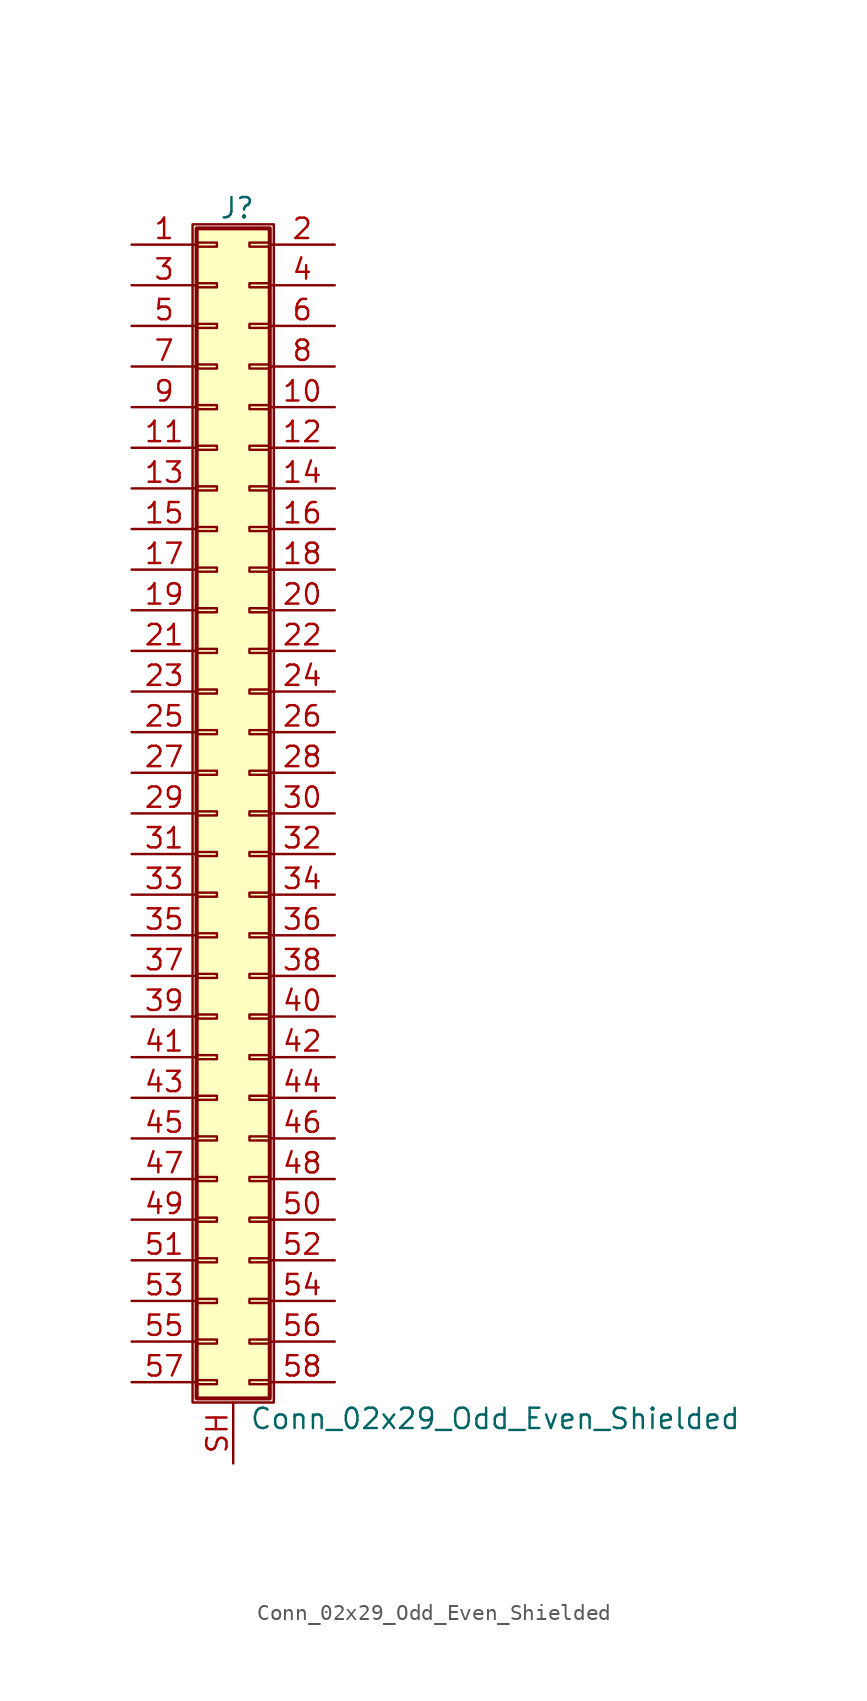
<source format=kicad_sym>
(kicad_symbol_lib
  (version 20211014)
  (generator kicad_symbol_editor)
  (symbol "Conn_02x29_Odd_Even_Shielded"
    (pin_names
      (offset 1.016) hide)
    (property "Reference" "J"
      (at 1.524 37.846 0)
      (effects (font (size 1.27 1.27))))
    (property "Value" "Conn_02x29_Odd_Even_Shielded"
      (at 2.286 -37.846 0)
      (effects (font (size 1.27 1.27)) (justify left)))
    (symbol "Conn_02x29_Odd_Even_Shielded_1_1"
      (rectangle (start -1.27 36.83) (end 3.81 -36.83) (stroke (width 0.152) (type default) (color 0 0 0 0)) (fill (type none)))
      (rectangle (start -1.016 -35.433) (end 0.254 -35.687) (stroke (width 0.152) (type default) (color 0 0 0 0)) (fill (type none)))
      (rectangle (start -1.016 -32.893) (end 0.254 -33.147) (stroke (width 0.152) (type default) (color 0 0 0 0)) (fill (type none)))
      (rectangle (start -1.016 -30.353) (end 0.254 -30.607) (stroke (width 0.152) (type default) (color 0 0 0 0)) (fill (type none)))
      (rectangle (start -1.016 -27.813) (end 0.254 -28.067) (stroke (width 0.152) (type default) (color 0 0 0 0)) (fill (type none)))
      (rectangle (start -1.016 -25.273) (end 0.254 -25.527) (stroke (width 0.152) (type default) (color 0 0 0 0)) (fill (type none)))
      (rectangle (start -1.016 -22.733) (end 0.254 -22.987) (stroke (width 0.152) (type default) (color 0 0 0 0)) (fill (type none)))
      (rectangle (start -1.016 -20.193) (end 0.254 -20.447) (stroke (width 0.152) (type default) (color 0 0 0 0)) (fill (type none)))
      (rectangle (start -1.016 -17.653) (end 0.254 -17.907) (stroke (width 0.152) (type default) (color 0 0 0 0)) (fill (type none)))
      (rectangle (start -1.016 -15.113) (end 0.254 -15.367) (stroke (width 0.152) (type default) (color 0 0 0 0)) (fill (type none)))
      (rectangle (start -1.016 -12.573) (end 0.254 -12.827) (stroke (width 0.152) (type default) (color 0 0 0 0)) (fill (type none)))
      (rectangle (start -1.016 -10.033) (end 0.254 -10.287) (stroke (width 0.152) (type default) (color 0 0 0 0)) (fill (type none)))
      (rectangle (start -1.016 -7.493) (end 0.254 -7.747) (stroke (width 0.152) (type default) (color 0 0 0 0)) (fill (type none)))
      (rectangle (start -1.016 -4.953) (end 0.254 -5.207) (stroke (width 0.152) (type default) (color 0 0 0 0)) (fill (type none)))
      (rectangle (start -1.016 -2.413) (end 0.254 -2.667) (stroke (width 0.152) (type default) (color 0 0 0 0)) (fill (type none)))
      (rectangle (start -1.016 0.127) (end 0.254 -0.127) (stroke (width 0.152) (type default) (color 0 0 0 0)) (fill (type none)))
      (rectangle (start -1.016 2.667) (end 0.254 2.413) (stroke (width 0.152) (type default) (color 0 0 0 0)) (fill (type none)))
      (rectangle (start -1.016 5.207) (end 0.254 4.953) (stroke (width 0.152) (type default) (color 0 0 0 0)) (fill (type none)))
      (rectangle (start -1.016 7.747) (end 0.254 7.493) (stroke (width 0.152) (type default) (color 0 0 0 0)) (fill (type none)))
      (rectangle (start -1.016 10.287) (end 0.254 10.033) (stroke (width 0.152) (type default) (color 0 0 0 0)) (fill (type none)))
      (rectangle (start -1.016 12.827) (end 0.254 12.573) (stroke (width 0.152) (type default) (color 0 0 0 0)) (fill (type none)))
      (rectangle (start -1.016 15.367) (end 0.254 15.113) (stroke (width 0.152) (type default) (color 0 0 0 0)) (fill (type none)))
      (rectangle (start -1.016 17.907) (end 0.254 17.653) (stroke (width 0.152) (type default) (color 0 0 0 0)) (fill (type none)))
      (rectangle (start -1.016 20.447) (end 0.254 20.193) (stroke (width 0.152) (type default) (color 0 0 0 0)) (fill (type none)))
      (rectangle (start -1.016 22.987) (end 0.254 22.733) (stroke (width 0.152) (type default) (color 0 0 0 0)) (fill (type none)))
      (rectangle (start -1.016 25.527) (end 0.254 25.273) (stroke (width 0.152) (type default) (color 0 0 0 0)) (fill (type none)))
      (rectangle (start -1.016 28.067) (end 0.254 27.813) (stroke (width 0.152) (type default) (color 0 0 0 0)) (fill (type none)))
      (rectangle (start -1.016 30.607) (end 0.254 30.353) (stroke (width 0.152) (type default) (color 0 0 0 0)) (fill (type none)))
      (rectangle (start -1.016 33.147) (end 0.254 32.893) (stroke (width 0.152) (type default) (color 0 0 0 0)) (fill (type none)))
      (rectangle (start -1.016 35.687) (end 0.254 35.433) (stroke (width 0.152) (type default) (color 0 0 0 0)) (fill (type none)))
      (rectangle (start -1.016 36.576) (end 3.556 -36.576) (stroke (width 0.254) (type default) (color 0 0 0 0)) (fill (type background)))
      (rectangle (start 3.556 -35.433) (end 2.286 -35.687) (stroke (width 0.152) (type default) (color 0 0 0 0)) (fill (type none)))
      (rectangle (start 3.556 -32.893) (end 2.286 -33.147) (stroke (width 0.152) (type default) (color 0 0 0 0)) (fill (type none)))
      (rectangle (start 3.556 -30.353) (end 2.286 -30.607) (stroke (width 0.152) (type default) (color 0 0 0 0)) (fill (type none)))
      (rectangle (start 3.556 -27.813) (end 2.286 -28.067) (stroke (width 0.152) (type default) (color 0 0 0 0)) (fill (type none)))
      (rectangle (start 3.556 -25.273) (end 2.286 -25.527) (stroke (width 0.152) (type default) (color 0 0 0 0)) (fill (type none)))
      (rectangle (start 3.556 -22.733) (end 2.286 -22.987) (stroke (width 0.152) (type default) (color 0 0 0 0)) (fill (type none)))
      (rectangle (start 3.556 -20.193) (end 2.286 -20.447) (stroke (width 0.152) (type default) (color 0 0 0 0)) (fill (type none)))
      (rectangle (start 3.556 -17.653) (end 2.286 -17.907) (stroke (width 0.152) (type default) (color 0 0 0 0)) (fill (type none)))
      (rectangle (start 3.556 -15.113) (end 2.286 -15.367) (stroke (width 0.152) (type default) (color 0 0 0 0)) (fill (type none)))
      (rectangle (start 3.556 -12.573) (end 2.286 -12.827) (stroke (width 0.152) (type default) (color 0 0 0 0)) (fill (type none)))
      (rectangle (start 3.556 -10.033) (end 2.286 -10.287) (stroke (width 0.152) (type default) (color 0 0 0 0)) (fill (type none)))
      (rectangle (start 3.556 -7.493) (end 2.286 -7.747) (stroke (width 0.152) (type default) (color 0 0 0 0)) (fill (type none)))
      (rectangle (start 3.556 -4.953) (end 2.286 -5.207) (stroke (width 0.152) (type default) (color 0 0 0 0)) (fill (type none)))
      (rectangle (start 3.556 -2.413) (end 2.286 -2.667) (stroke (width 0.152) (type default) (color 0 0 0 0)) (fill (type none)))
      (rectangle (start 3.556 0.127) (end 2.286 -0.127) (stroke (width 0.152) (type default) (color 0 0 0 0)) (fill (type none)))
      (rectangle (start 3.556 2.667) (end 2.286 2.413) (stroke (width 0.152) (type default) (color 0 0 0 0)) (fill (type none)))
      (rectangle (start 3.556 5.207) (end 2.286 4.953) (stroke (width 0.152) (type default) (color 0 0 0 0)) (fill (type none)))
      (rectangle (start 3.556 7.747) (end 2.286 7.493) (stroke (width 0.152) (type default) (color 0 0 0 0)) (fill (type none)))
      (rectangle (start 3.556 10.287) (end 2.286 10.033) (stroke (width 0.152) (type default) (color 0 0 0 0)) (fill (type none)))
      (rectangle (start 3.556 12.827) (end 2.286 12.573) (stroke (width 0.152) (type default) (color 0 0 0 0)) (fill (type none)))
      (rectangle (start 3.556 15.367) (end 2.286 15.113) (stroke (width 0.152) (type default) (color 0 0 0 0)) (fill (type none)))
      (rectangle (start 3.556 17.907) (end 2.286 17.653) (stroke (width 0.152) (type default) (color 0 0 0 0)) (fill (type none)))
      (rectangle (start 3.556 20.447) (end 2.286 20.193) (stroke (width 0.152) (type default) (color 0 0 0 0)) (fill (type none)))
      (rectangle (start 3.556 22.987) (end 2.286 22.733) (stroke (width 0.152) (type default) (color 0 0 0 0)) (fill (type none)))
      (rectangle (start 3.556 25.527) (end 2.286 25.273) (stroke (width 0.152) (type default) (color 0 0 0 0)) (fill (type none)))
      (rectangle (start 3.556 28.067) (end 2.286 27.813) (stroke (width 0.152) (type default) (color 0 0 0 0)) (fill (type none)))
      (rectangle (start 3.556 30.607) (end 2.286 30.353) (stroke (width 0.152) (type default) (color 0 0 0 0)) (fill (type none)))
      (rectangle (start 3.556 33.147) (end 2.286 32.893) (stroke (width 0.152) (type default) (color 0 0 0 0)) (fill (type none)))
      (rectangle (start 3.556 35.687) (end 2.286 35.433) (stroke (width 0.152) (type default) (color 0 0 0 0)) (fill (type none)))
      (pin passive line (at -5.08 35.56 0) (length 4.064) (name "Pin_1" (effects (font (size 1.27 1.27)))) (number "1" (effects (font (size 1.27 1.27)))))
      (pin passive line (at 7.62 25.4 180) (length 4.064) (name "Pin_10" (effects (font (size 1.27 1.27)))) (number "10" (effects (font (size 1.27 1.27)))))
      (pin passive line (at -5.08 22.86 0) (length 4.064) (name "Pin_11" (effects (font (size 1.27 1.27)))) (number "11" (effects (font (size 1.27 1.27)))))
      (pin passive line (at 7.62 22.86 180) (length 4.064) (name "Pin_12" (effects (font (size 1.27 1.27)))) (number "12" (effects (font (size 1.27 1.27)))))
      (pin passive line (at -5.08 20.32 0) (length 4.064) (name "Pin_13" (effects (font (size 1.27 1.27)))) (number "13" (effects (font (size 1.27 1.27)))))
      (pin passive line (at 7.62 20.32 180) (length 4.064) (name "Pin_14" (effects (font (size 1.27 1.27)))) (number "14" (effects (font (size 1.27 1.27)))))
      (pin passive line (at -5.08 17.78 0) (length 4.064) (name "Pin_15" (effects (font (size 1.27 1.27)))) (number "15" (effects (font (size 1.27 1.27)))))
      (pin passive line (at 7.62 17.78 180) (length 4.064) (name "Pin_16" (effects (font (size 1.27 1.27)))) (number "16" (effects (font (size 1.27 1.27)))))
      (pin passive line (at -5.08 15.24 0) (length 4.064) (name "Pin_17" (effects (font (size 1.27 1.27)))) (number "17" (effects (font (size 1.27 1.27)))))
      (pin passive line (at 7.62 15.24 180) (length 4.064) (name "Pin_18" (effects (font (size 1.27 1.27)))) (number "18" (effects (font (size 1.27 1.27)))))
      (pin passive line (at -5.08 12.7 0) (length 4.064) (name "Pin_19" (effects (font (size 1.27 1.27)))) (number "19" (effects (font (size 1.27 1.27)))))
      (pin passive line (at 7.62 35.56 180) (length 4.064) (name "Pin_2" (effects (font (size 1.27 1.27)))) (number "2" (effects (font (size 1.27 1.27)))))
      (pin passive line (at 7.62 12.7 180) (length 4.064) (name "Pin_20" (effects (font (size 1.27 1.27)))) (number "20" (effects (font (size 1.27 1.27)))))
      (pin passive line (at -5.08 10.16 0) (length 4.064) (name "Pin_21" (effects (font (size 1.27 1.27)))) (number "21" (effects (font (size 1.27 1.27)))))
      (pin passive line (at 7.62 10.16 180) (length 4.064) (name "Pin_22" (effects (font (size 1.27 1.27)))) (number "22" (effects (font (size 1.27 1.27)))))
      (pin passive line (at -5.08 7.62 0) (length 4.064) (name "Pin_23" (effects (font (size 1.27 1.27)))) (number "23" (effects (font (size 1.27 1.27)))))
      (pin passive line (at 7.62 7.62 180) (length 4.064) (name "Pin_24" (effects (font (size 1.27 1.27)))) (number "24" (effects (font (size 1.27 1.27)))))
      (pin passive line (at -5.08 5.08 0) (length 4.064) (name "Pin_25" (effects (font (size 1.27 1.27)))) (number "25" (effects (font (size 1.27 1.27)))))
      (pin passive line (at 7.62 5.08 180) (length 4.064) (name "Pin_26" (effects (font (size 1.27 1.27)))) (number "26" (effects (font (size 1.27 1.27)))))
      (pin passive line (at -5.08 2.54 0) (length 4.064) (name "Pin_27" (effects (font (size 1.27 1.27)))) (number "27" (effects (font (size 1.27 1.27)))))
      (pin passive line (at 7.62 2.54 180) (length 4.064) (name "Pin_28" (effects (font (size 1.27 1.27)))) (number "28" (effects (font (size 1.27 1.27)))))
      (pin passive line (at -5.08 0 0) (length 4.064) (name "Pin_29" (effects (font (size 1.27 1.27)))) (number "29" (effects (font (size 1.27 1.27)))))
      (pin passive line (at -5.08 33.02 0) (length 4.064) (name "Pin_3" (effects (font (size 1.27 1.27)))) (number "3" (effects (font (size 1.27 1.27)))))
      (pin passive line (at 7.62 0 180) (length 4.064) (name "Pin_30" (effects (font (size 1.27 1.27)))) (number "30" (effects (font (size 1.27 1.27)))))
      (pin passive line (at -5.08 -2.54 0) (length 4.064) (name "Pin_31" (effects (font (size 1.27 1.27)))) (number "31" (effects (font (size 1.27 1.27)))))
      (pin passive line (at 7.62 -2.54 180) (length 4.064) (name "Pin_32" (effects (font (size 1.27 1.27)))) (number "32" (effects (font (size 1.27 1.27)))))
      (pin passive line (at -5.08 -5.08 0) (length 4.064) (name "Pin_33" (effects (font (size 1.27 1.27)))) (number "33" (effects (font (size 1.27 1.27)))))
      (pin passive line (at 7.62 -5.08 180) (length 4.064) (name "Pin_34" (effects (font (size 1.27 1.27)))) (number "34" (effects (font (size 1.27 1.27)))))
      (pin passive line (at -5.08 -7.62 0) (length 4.064) (name "Pin_35" (effects (font (size 1.27 1.27)))) (number "35" (effects (font (size 1.27 1.27)))))
      (pin passive line (at 7.62 -7.62 180) (length 4.064) (name "Pin_36" (effects (font (size 1.27 1.27)))) (number "36" (effects (font (size 1.27 1.27)))))
      (pin passive line (at -5.08 -10.16 0) (length 4.064) (name "Pin_37" (effects (font (size 1.27 1.27)))) (number "37" (effects (font (size 1.27 1.27)))))
      (pin passive line (at 7.62 -10.16 180) (length 4.064) (name "Pin_38" (effects (font (size 1.27 1.27)))) (number "38" (effects (font (size 1.27 1.27)))))
      (pin passive line (at -5.08 -12.7 0) (length 4.064) (name "Pin_39" (effects (font (size 1.27 1.27)))) (number "39" (effects (font (size 1.27 1.27)))))
      (pin passive line (at 7.62 33.02 180) (length 4.064) (name "Pin_4" (effects (font (size 1.27 1.27)))) (number "4" (effects (font (size 1.27 1.27)))))
      (pin passive line (at 7.62 -12.7 180) (length 4.064) (name "Pin_40" (effects (font (size 1.27 1.27)))) (number "40" (effects (font (size 1.27 1.27)))))
      (pin passive line (at -5.08 -15.24 0) (length 4.064) (name "Pin_41" (effects (font (size 1.27 1.27)))) (number "41" (effects (font (size 1.27 1.27)))))
      (pin passive line (at 7.62 -15.24 180) (length 4.064) (name "Pin_42" (effects (font (size 1.27 1.27)))) (number "42" (effects (font (size 1.27 1.27)))))
      (pin passive line (at -5.08 -17.78 0) (length 4.064) (name "Pin_43" (effects (font (size 1.27 1.27)))) (number "43" (effects (font (size 1.27 1.27)))))
      (pin passive line (at 7.62 -17.78 180) (length 4.064) (name "Pin_44" (effects (font (size 1.27 1.27)))) (number "44" (effects (font (size 1.27 1.27)))))
      (pin passive line (at -5.08 -20.32 0) (length 4.064) (name "Pin_45" (effects (font (size 1.27 1.27)))) (number "45" (effects (font (size 1.27 1.27)))))
      (pin passive line (at 7.62 -20.32 180) (length 4.064) (name "Pin_46" (effects (font (size 1.27 1.27)))) (number "46" (effects (font (size 1.27 1.27)))))
      (pin passive line (at -5.08 -22.86 0) (length 4.064) (name "Pin_47" (effects (font (size 1.27 1.27)))) (number "47" (effects (font (size 1.27 1.27)))))
      (pin passive line (at 7.62 -22.86 180) (length 4.064) (name "Pin_48" (effects (font (size 1.27 1.27)))) (number "48" (effects (font (size 1.27 1.27)))))
      (pin passive line (at -5.08 -25.4 0) (length 4.064) (name "Pin_49" (effects (font (size 1.27 1.27)))) (number "49" (effects (font (size 1.27 1.27)))))
      (pin passive line (at -5.08 30.48 0) (length 4.064) (name "Pin_5" (effects (font (size 1.27 1.27)))) (number "5" (effects (font (size 1.27 1.27)))))
      (pin passive line (at 7.62 -25.4 180) (length 4.064) (name "Pin_50" (effects (font (size 1.27 1.27)))) (number "50" (effects (font (size 1.27 1.27)))))
      (pin passive line (at -5.08 -27.94 0) (length 4.064) (name "Pin_51" (effects (font (size 1.27 1.27)))) (number "51" (effects (font (size 1.27 1.27)))))
      (pin passive line (at 7.62 -27.94 180) (length 4.064) (name "Pin_52" (effects (font (size 1.27 1.27)))) (number "52" (effects (font (size 1.27 1.27)))))
      (pin passive line (at -5.08 -30.48 0) (length 4.064) (name "Pin_53" (effects (font (size 1.27 1.27)))) (number "53" (effects (font (size 1.27 1.27)))))
      (pin passive line (at 7.62 -30.48 180) (length 4.064) (name "Pin_54" (effects (font (size 1.27 1.27)))) (number "54" (effects (font (size 1.27 1.27)))))
      (pin passive line (at -5.08 -33.02 0) (length 4.064) (name "Pin_55" (effects (font (size 1.27 1.27)))) (number "55" (effects (font (size 1.27 1.27)))))
      (pin passive line (at 7.62 -33.02 180) (length 4.064) (name "Pin_56" (effects (font (size 1.27 1.27)))) (number "56" (effects (font (size 1.27 1.27)))))
      (pin passive line (at -5.08 -35.56 0) (length 4.064) (name "Pin_57" (effects (font (size 1.27 1.27)))) (number "57" (effects (font (size 1.27 1.27)))))
      (pin passive line (at 7.62 -35.56 180) (length 4.064) (name "Pin_58" (effects (font (size 1.27 1.27)))) (number "58" (effects (font (size 1.27 1.27)))))
      (pin passive line (at 7.62 30.48 180) (length 4.064) (name "Pin_6" (effects (font (size 1.27 1.27)))) (number "6" (effects (font (size 1.27 1.27)))))
      (pin passive line (at -5.08 27.94 0) (length 4.064) (name "Pin_7" (effects (font (size 1.27 1.27)))) (number "7" (effects (font (size 1.27 1.27)))))
      (pin passive line (at 7.62 27.94 180) (length 4.064) (name "Pin_8" (effects (font (size 1.27 1.27)))) (number "8" (effects (font (size 1.27 1.27)))))
      (pin passive line (at -5.08 25.4 0) (length 4.064) (name "Pin_9" (effects (font (size 1.27 1.27)))) (number "9" (effects (font (size 1.27 1.27)))))
      (pin passive line (at 1.27 -40.64 90) (length 3.81) (name "Shield" (effects (font (size 1.27 1.27)))) (number "SH" (effects (font (size 1.27 1.27))))))))
</source>
